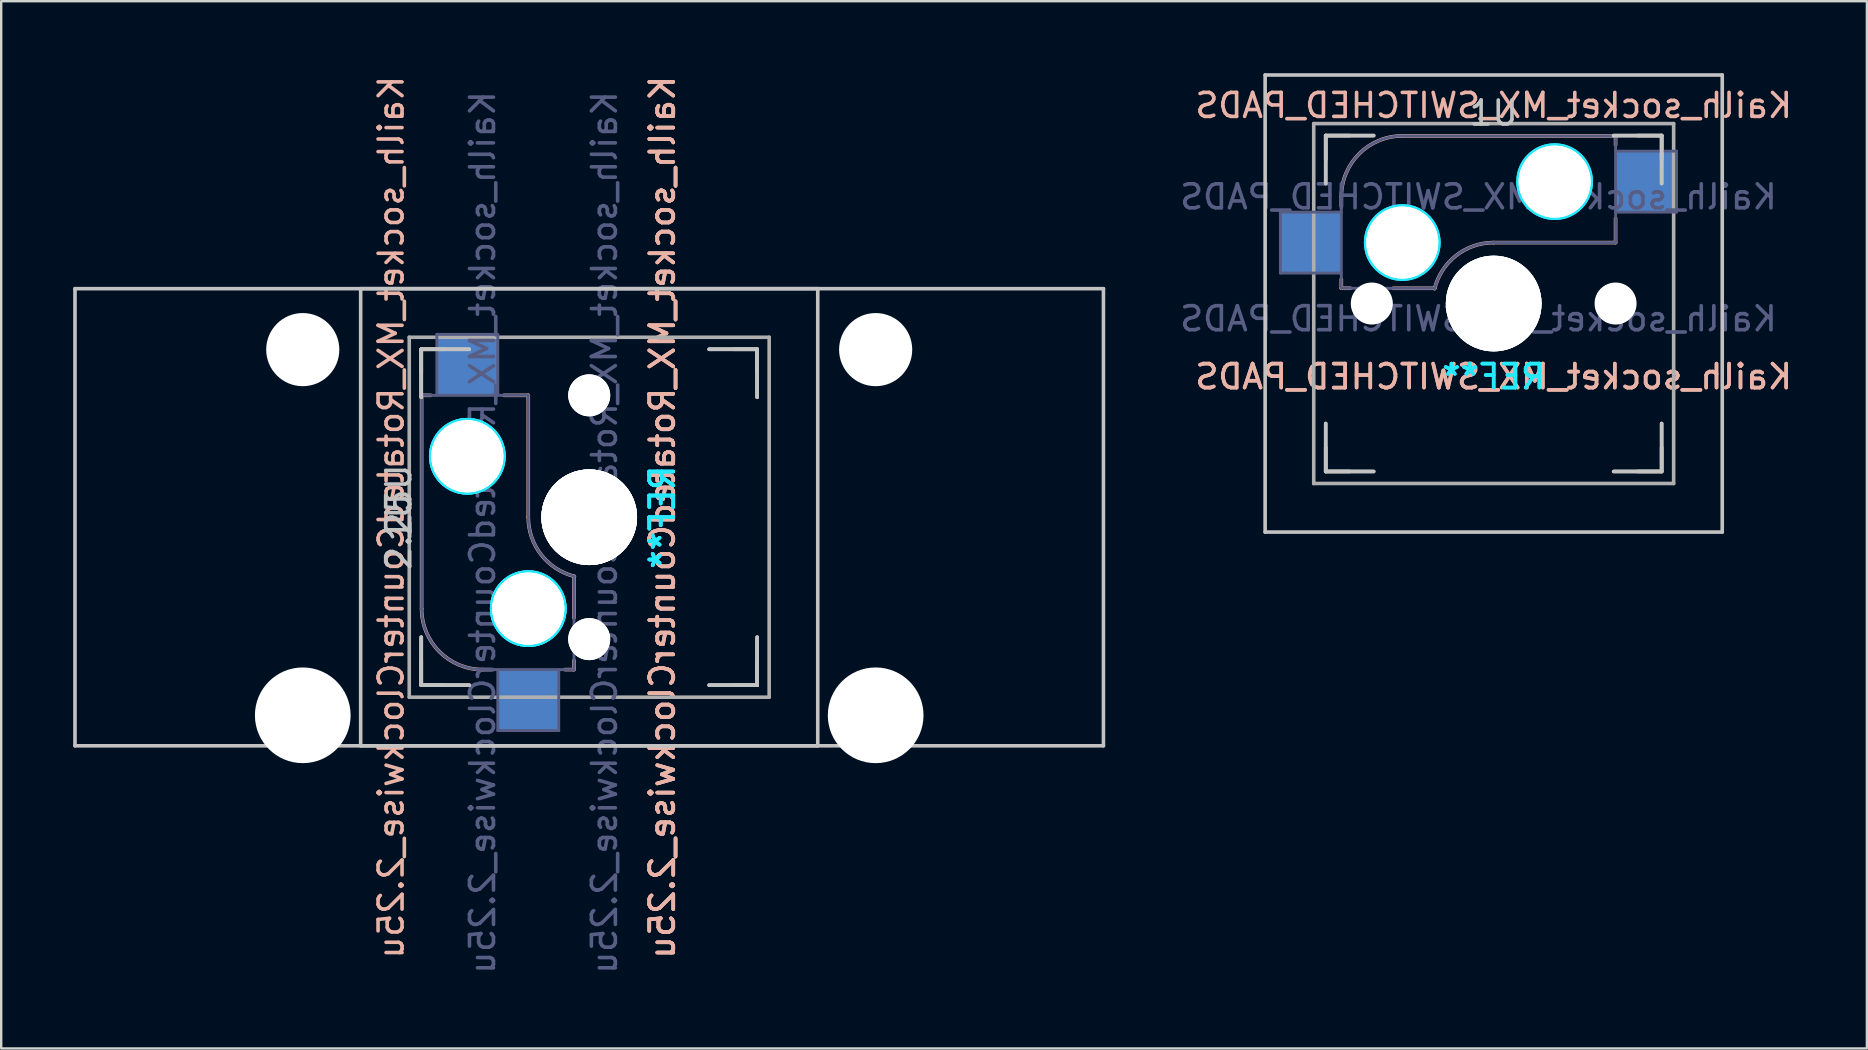
<source format=kicad_pcb>
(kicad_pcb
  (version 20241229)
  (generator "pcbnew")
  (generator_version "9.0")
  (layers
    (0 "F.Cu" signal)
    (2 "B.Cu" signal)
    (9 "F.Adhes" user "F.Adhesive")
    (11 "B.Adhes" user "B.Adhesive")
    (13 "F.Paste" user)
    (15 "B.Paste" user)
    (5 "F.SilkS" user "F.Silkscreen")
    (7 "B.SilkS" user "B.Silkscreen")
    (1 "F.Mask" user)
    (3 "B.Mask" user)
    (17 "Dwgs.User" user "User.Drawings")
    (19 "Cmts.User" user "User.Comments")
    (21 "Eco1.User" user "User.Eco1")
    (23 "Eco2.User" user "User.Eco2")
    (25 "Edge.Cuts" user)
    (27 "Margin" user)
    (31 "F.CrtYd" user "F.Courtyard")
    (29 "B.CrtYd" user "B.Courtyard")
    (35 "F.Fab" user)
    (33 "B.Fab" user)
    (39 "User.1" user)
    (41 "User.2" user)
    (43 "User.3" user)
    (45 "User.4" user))
  (footprint "Kailh_socket_MX_SWITCHED_PADS"
    (layer "F.Cu")
    (at 59.201 9.6)
    (property "Reference" "Kailh_socket_MX_SWITCHED_PADS" (at 0 -8.255 0) (layer "B.SilkS") (effects (font (size 1 1) (thickness 0.15)) (justify mirror)))
    (property "Value" "Kailh_socket_MX_SWITCHED_PADS" (at 0 8.255 0) (layer "F.Fab") (hide yes) (effects (font (size 1 1) (thickness 0.15))))
    (attr smd)
    (fp_line (start -7 -6) (end -7 -7) (stroke (width 0.15) (type solid)) (layer "F.SilkS"))
    (fp_line (start -7 7) (end -7 6) (stroke (width 0.15) (type solid)) (layer "F.SilkS"))
    (fp_line (start -7 7) (end -6 7) (stroke (width 0.15) (type solid)) (layer "F.SilkS"))
    (fp_line (start -6 -7) (end -7 -7) (stroke (width 0.15) (type solid)) (layer "F.SilkS"))
    (fp_line (start 6 7) (end 7 7) (stroke (width 0.15) (type solid)) (layer "F.SilkS"))
    (fp_line (start 7 -7) (end 6 -7) (stroke (width 0.15) (type solid)) (layer "F.SilkS"))
    (fp_line (start 7 -7) (end 7 -6) (stroke (width 0.15) (type solid)) (layer "F.SilkS"))
    (fp_line (start 7 6) (end 7 7) (stroke (width 0.15) (type solid)) (layer "F.SilkS"))
    (fp_line (start -6.35 -4.445) (end -6.35 -4.064) (stroke (width 0.15) (type solid)) (layer "B.SilkS"))
    (fp_line (start -6.35 -1.016) (end -6.35 -0.635) (stroke (width 0.15) (type solid)) (layer "B.SilkS"))
    (fp_line (start -5.969 -0.635) (end -6.35 -0.635) (stroke (width 0.15) (type solid)) (layer "B.SilkS"))
    (fp_line (start -3.81 -6.985) (end 5.08 -6.985) (stroke (width 0.15) (type solid)) (layer "B.SilkS"))
    (fp_line (start -2.464 -0.635) (end -4.191 -0.635) (stroke (width 0.15) (type solid)) (layer "B.SilkS"))
    (fp_line (start 5.08 -6.985) (end 5.08 -6.604) (stroke (width 0.15) (type solid)) (layer "B.SilkS"))
    (fp_line (start 5.08 -3.556) (end 5.08 -2.54) (stroke (width 0.15) (type solid)) (layer "B.SilkS"))
    (fp_line (start 5.08 -2.54) (end 0 -2.54) (stroke (width 0.15) (type solid)) (layer "B.SilkS"))
    (fp_arc (start -6.35 -4.445) (mid -5.606051 -6.241051) (end -3.81 -6.985) (stroke (width 0.15) (type solid)) (layer "B.SilkS"))
    (fp_arc (start -2.464162 -0.61604) (mid -1.563147 -2.002042) (end 0 -2.54) (stroke (width 0.15) (type solid)) (layer "B.SilkS"))
    (fp_line (start -9.525 -9.525) (end 9.525 -9.525) (stroke (width 0.15) (type solid)) (layer "Dwgs.User"))
    (fp_line (start -9.525 9.525) (end -9.525 -9.525) (stroke (width 0.15) (type solid)) (layer "Dwgs.User"))
    (fp_line (start -7 -7) (end -7 -5) (stroke (width 0.15) (type solid)) (layer "Dwgs.User"))
    (fp_line (start -7 -7) (end -7 -5) (stroke (width 0.15) (type solid)) (layer "Dwgs.User"))
    (fp_line (start -7 5) (end -7 7) (stroke (width 0.15) (type solid)) (layer "Dwgs.User"))
    (fp_line (start -7 5) (end -7 7) (stroke (width 0.15) (type solid)) (layer "Dwgs.User"))
    (fp_line (start -7 7) (end -5 7) (stroke (width 0.15) (type solid)) (layer "Dwgs.User"))
    (fp_line (start -7 7) (end -5 7) (stroke (width 0.15) (type solid)) (layer "Dwgs.User"))
    (fp_line (start -5 -7) (end -7 -7) (stroke (width 0.15) (type solid)) (layer "Dwgs.User"))
    (fp_line (start -5 -7) (end -7 -7) (stroke (width 0.15) (type solid)) (layer "Dwgs.User"))
    (fp_line (start 5 -7) (end 7 -7) (stroke (width 0.15) (type solid)) (layer "Dwgs.User"))
    (fp_line (start 5 -7) (end 7 -7) (stroke (width 0.15) (type solid)) (layer "Dwgs.User"))
    (fp_line (start 5 7) (end 7 7) (stroke (width 0.15) (type solid)) (layer "Dwgs.User"))
    (fp_line (start 5 7) (end 7 7) (stroke (width 0.15) (type solid)) (layer "Dwgs.User"))
    (fp_line (start 7 -7) (end 7 -5) (stroke (width 0.15) (type solid)) (layer "Dwgs.User"))
    (fp_line (start 7 -7) (end 7 -5) (stroke (width 0.15) (type solid)) (layer "Dwgs.User"))
    (fp_line (start 7 7) (end 7 5) (stroke (width 0.15) (type solid)) (layer "Dwgs.User"))
    (fp_line (start 7 7) (end 7 5) (stroke (width 0.15) (type solid)) (layer "Dwgs.User"))
    (fp_line (start 9.525 -9.525) (end 9.525 9.525) (stroke (width 0.15) (type solid)) (layer "Dwgs.User"))
    (fp_line (start 9.525 9.525) (end -9.525 9.525) (stroke (width 0.15) (type solid)) (layer "Dwgs.User"))
    (fp_line (start -6.9 6.9) (end -6.9 -6.9) (stroke (width 0.15) (type solid)) (layer "Eco2.User"))
    (fp_line (start -6.9 6.9) (end 6.9 6.9) (stroke (width 0.15) (type solid)) (layer "Eco2.User"))
    (fp_line (start 6.9 -6.9) (end -6.9 -6.9) (stroke (width 0.15) (type solid)) (layer "Eco2.User"))
    (fp_line (start 6.9 -6.9) (end 6.9 6.9) (stroke (width 0.15) (type solid)) (layer "Eco2.User"))
    (fp_circle (center -3.81 -2.54) (end -3.81 -4.064) (stroke (width 0.15) (type solid)) (fill no) (layer "B.CrtYd"))
    (fp_circle (center -3.81 -2.54) (end -3.81 -4.064) (stroke (width 0.15) (type solid)) (fill no) (layer "B.CrtYd"))
    (fp_circle (center 2.54 -5.08) (end 2.54 -6.604) (stroke (width 0.15) (type solid)) (fill no) (layer "B.CrtYd"))
    (fp_circle (center 2.54 -5.08) (end 2.54 -6.604) (stroke (width 0.15) (type solid)) (fill no) (layer "B.CrtYd"))
    (fp_line (start -8.89 -3.81) (end -6.35 -3.81) (stroke (width 0.12) (type solid)) (layer "B.Fab"))
    (fp_line (start -8.89 -1.27) (end -8.89 -3.81) (stroke (width 0.12) (type solid)) (layer "B.Fab"))
    (fp_line (start -6.35 -1.27) (end -8.89 -1.27) (stroke (width 0.12) (type solid)) (layer "B.Fab"))
    (fp_line (start -6.35 -0.635) (end -6.35 -4.445) (stroke (width 0.12) (type solid)) (layer "B.Fab"))
    (fp_line (start -6.35 -0.635) (end -2.54 -0.635) (stroke (width 0.12) (type solid)) (layer "B.Fab"))
    (fp_line (start -3.81 -6.985) (end 5.08 -6.985) (stroke (width 0.12) (type solid)) (layer "B.Fab"))
    (fp_line (start 5.08 -6.985) (end 5.08 -2.54) (stroke (width 0.12) (type solid)) (layer "B.Fab"))
    (fp_line (start 5.08 -6.35) (end 7.62 -6.35) (stroke (width 0.12) (type solid)) (layer "B.Fab"))
    (fp_line (start 5.08 -2.54) (end 0 -2.54) (stroke (width 0.12) (type solid)) (layer "B.Fab"))
    (fp_line (start 7.62 -6.35) (end 7.62 -3.81) (stroke (width 0.12) (type solid)) (layer "B.Fab"))
    (fp_line (start 7.62 -3.81) (end 5.08 -3.81) (stroke (width 0.12) (type solid)) (layer "B.Fab"))
    (fp_arc (start -6.35 -4.445) (mid -5.606051 -6.241051) (end -3.81 -6.985) (stroke (width 0.12) (type solid)) (layer "B.Fab"))
    (fp_arc (start -2.464162 -0.61604) (mid -1.563147 -2.002042) (end 0 -2.54) (stroke (width 0.12) (type solid)) (layer "B.Fab"))
    (fp_line (start -7.5 -7.5) (end 7.5 -7.5) (stroke (width 0.15) (type solid)) (layer "F.Fab"))
    (fp_line (start -7.5 7.5) (end -7.5 -7.5) (stroke (width 0.15) (type solid)) (layer "F.Fab"))
    (fp_line (start 7.5 -7.5) (end 7.5 7.5) (stroke (width 0.15) (type solid)) (layer "F.Fab"))
    (fp_line (start 7.5 7.5) (end -7.5 7.5) (stroke (width 0.15) (type solid)) (layer "F.Fab"))
    (fp_text user "${REFERENCE}" (at 0 3.048 0) (layer "B.SilkS") (effects (font (size 1 1) (thickness 0.15)) (justify mirror)))
    (fp_text user "${REFERENCE}" (at 0 3.048 0) (layer "B.SilkS") (effects (font (size 1 1) (thickness 0.15)) (justify mirror)))
    (fp_text user "1U" (at 0 -7.938 0) (layer "Dwgs.User") (effects (font (size 1 1) (thickness 0.15))))
    (fp_text user "REF**" (at 0 3.048 0) (layer "B.CrtYd") (effects (font (size 1 1) (thickness 0.15)) (justify mirror)))
    (fp_text user "REF**" (at 0 3.048 0) (layer "B.CrtYd") (effects (font (size 1 1) (thickness 0.15)) (justify mirror)))
    (fp_text user "${REFERENCE}" (at -0.635 -4.445 0) (layer "B.Fab") (effects (font (size 1 1) (thickness 0.15)) (justify mirror)))
    (fp_text user "${VALUE}" (at -0.635 0.635 0) (layer "B.Fab") (effects (font (size 1 1) (thickness 0.15)) (justify mirror)))
    (pad "" np_thru_hole circle (at -5.08 0) (size 1.702 1.702) (drill 1.702) (layers "*.Cu" "*.Mask"))
    (pad "" np_thru_hole circle (at -5.08 0 48.1) (size 1.75 1.75) (drill 1.75) (layers "*.Cu" "*.Mask"))
    (pad "" np_thru_hole circle (at -3.81 -2.54) (size 3 3) (drill 3) (layers "*.Cu" "*.Mask"))
    (pad "" np_thru_hole circle (at -3.81 -2.54) (size 3 3) (drill 3) (layers "*.Cu" "*.Mask"))
    (pad "" np_thru_hole circle (at 0 0) (size 3.988 3.988) (drill 3.988) (layers "*.Cu" "*.Mask"))
    (pad "" np_thru_hole circle (at 0 0) (size 3.988 3.988) (drill 3.988) (layers "*.Cu" "*.Mask"))
    (pad "" np_thru_hole circle (at 0 0) (size 3.988 3.988) (drill 3.988) (layers "*.Cu" "*.Mask"))
    (pad "" np_thru_hole circle (at 2.54 -5.08) (size 3 3) (drill 3) (layers "*.Cu" "*.Mask"))
    (pad "" np_thru_hole circle (at 2.54 -5.08) (size 3 3) (drill 3) (layers "*.Cu" "*.Mask"))
    (pad "" np_thru_hole circle (at 5.08 0) (size 1.702 1.702) (drill 1.702) (layers "*.Cu" "*.Mask"))
    (pad "" np_thru_hole circle (at 5.08 0 48.1) (size 1.75 1.75) (drill 1.75) (layers "*.Cu" "*.Mask"))
    (pad "1" smd rect (at -7.62 -2.54) (size 2.55 2.5) (layers "B.Cu" "B.Mask" "B.Paste"))
    (pad "2" smd rect (at 6.35 -5.08) (size 2.55 2.5) (layers "B.Cu" "B.Mask" "B.Paste")))
  (footprint "Kailh_socket_MX_RotatedCounterClockwise_2.25u"
    (layer "F.Cu")
    (at 16.934 17.998)
    (property "Reference" "Kailh_socket_MX_RotatedCounterClockwise_2.25u" (at -3.683 0.508 90) (layer "B.SilkS") (effects (font (size 1 1) (thickness 0.15)) (justify mirror)))
    (property "Value" "Kailh_socket_MX_RotatedCounterClockwise_2.25u" (at 12.827 0.508 90) (layer "F.Fab") (hide yes) (effects (font (size 1 1) (thickness 0.15))))
    (attr smd)
    (fp_line (start -2.428 -6.492) (end -2.428 -5.492) (stroke (width 0.15) (type solid)) (layer "F.SilkS"))
    (fp_line (start -2.428 -6.492) (end -1.428 -6.492) (stroke (width 0.15) (type solid)) (layer "F.SilkS"))
    (fp_line (start -2.428 6.508) (end -2.428 7.508) (stroke (width 0.15) (type solid)) (layer "F.SilkS"))
    (fp_line (start -1.428 7.508) (end -2.428 7.508) (stroke (width 0.15) (type solid)) (layer "F.SilkS"))
    (fp_line (start 10.572 -6.492) (end 11.572 -6.492) (stroke (width 0.15) (type solid)) (layer "F.SilkS"))
    (fp_line (start 11.572 -5.492) (end 11.572 -6.492) (stroke (width 0.15) (type solid)) (layer "F.SilkS"))
    (fp_line (start 11.572 7.508) (end 10.572 7.508) (stroke (width 0.15) (type solid)) (layer "F.SilkS"))
    (fp_line (start 11.572 7.508) (end 11.572 6.508) (stroke (width 0.15) (type solid)) (layer "F.SilkS"))
    (fp_line (start -2.413 -4.572) (end -2.032 -4.572) (stroke (width 0.15) (type solid)) (layer "B.SilkS"))
    (fp_line (start -2.413 4.318) (end -2.413 -4.572) (stroke (width 0.15) (type solid)) (layer "B.SilkS"))
    (fp_line (start 0.127 6.858) (end 0.508 6.858) (stroke (width 0.15) (type solid)) (layer "B.SilkS"))
    (fp_line (start 1.016 -4.572) (end 2.032 -4.572) (stroke (width 0.15) (type solid)) (layer "B.SilkS"))
    (fp_line (start 2.032 -4.572) (end 2.032 0.508) (stroke (width 0.15) (type solid)) (layer "B.SilkS"))
    (fp_line (start 3.556 6.858) (end 3.937 6.858) (stroke (width 0.15) (type solid)) (layer "B.SilkS"))
    (fp_line (start 3.937 2.972) (end 3.937 4.699) (stroke (width 0.15) (type solid)) (layer "B.SilkS"))
    (fp_line (start 3.937 6.477) (end 3.937 6.858) (stroke (width 0.15) (type solid)) (layer "B.SilkS"))
    (fp_arc (start 0.127 6.858) (mid -1.669051 6.114051) (end -2.413 4.318) (stroke (width 0.15) (type solid)) (layer "B.SilkS"))
    (fp_arc (start 3.95596 2.972162) (mid 2.569958 2.071147) (end 2.032 0.508) (stroke (width 0.15) (type solid)) (layer "B.SilkS"))
    (fp_line (start -16.859 -9.017) (end 26.003 -9.017) (stroke (width 0.15) (type solid)) (layer "Dwgs.User"))
    (fp_line (start -16.859 10.033) (end -16.859 -9.017) (stroke (width 0.15) (type solid)) (layer "Dwgs.User"))
    (fp_line (start -4.953 -9.017) (end 14.097 -9.017) (stroke (width 0.15) (type solid)) (layer "Dwgs.User"))
    (fp_line (start -4.953 10.033) (end -4.953 -9.017) (stroke (width 0.15) (type solid)) (layer "Dwgs.User"))
    (fp_line (start -2.428 -6.492) (end -0.428 -6.492) (stroke (width 0.15) (type solid)) (layer "Dwgs.User"))
    (fp_line (start -2.428 -6.492) (end -0.428 -6.492) (stroke (width 0.15) (type solid)) (layer "Dwgs.User"))
    (fp_line (start -2.428 -6.492) (end -0.428 -6.492) (stroke (width 0.15) (type solid)) (layer "Dwgs.User"))
    (fp_line (start -2.428 -4.492) (end -2.428 -6.492) (stroke (width 0.15) (type solid)) (layer "Dwgs.User"))
    (fp_line (start -2.428 -4.492) (end -2.428 -6.492) (stroke (width 0.15) (type solid)) (layer "Dwgs.User"))
    (fp_line (start -2.428 -4.492) (end -2.428 -6.492) (stroke (width 0.15) (type solid)) (layer "Dwgs.User"))
    (fp_line (start -2.428 5.508) (end -2.428 7.508) (stroke (width 0.15) (type solid)) (layer "Dwgs.User"))
    (fp_line (start -2.428 5.508) (end -2.428 7.508) (stroke (width 0.15) (type solid)) (layer "Dwgs.User"))
    (fp_line (start -2.428 5.508) (end -2.428 7.508) (stroke (width 0.15) (type solid)) (layer "Dwgs.User"))
    (fp_line (start -2.428 7.508) (end -0.428 7.508) (stroke (width 0.15) (type solid)) (layer "Dwgs.User"))
    (fp_line (start -2.428 7.508) (end -0.428 7.508) (stroke (width 0.15) (type solid)) (layer "Dwgs.User"))
    (fp_line (start -2.428 7.508) (end -0.428 7.508) (stroke (width 0.15) (type solid)) (layer "Dwgs.User"))
    (fp_line (start 9.572 7.508) (end 11.572 7.508) (stroke (width 0.15) (type solid)) (layer "Dwgs.User"))
    (fp_line (start 9.572 7.508) (end 11.572 7.508) (stroke (width 0.15) (type solid)) (layer "Dwgs.User"))
    (fp_line (start 9.572 7.508) (end 11.572 7.508) (stroke (width 0.15) (type solid)) (layer "Dwgs.User"))
    (fp_line (start 11.572 -6.492) (end 9.572 -6.492) (stroke (width 0.15) (type solid)) (layer "Dwgs.User"))
    (fp_line (start 11.572 -6.492) (end 9.572 -6.492) (stroke (width 0.15) (type solid)) (layer "Dwgs.User"))
    (fp_line (start 11.572 -6.492) (end 9.572 -6.492) (stroke (width 0.15) (type solid)) (layer "Dwgs.User"))
    (fp_line (start 11.572 -4.492) (end 11.572 -6.492) (stroke (width 0.15) (type solid)) (layer "Dwgs.User"))
    (fp_line (start 11.572 -4.492) (end 11.572 -6.492) (stroke (width 0.15) (type solid)) (layer "Dwgs.User"))
    (fp_line (start 11.572 -4.492) (end 11.572 -6.492) (stroke (width 0.15) (type solid)) (layer "Dwgs.User"))
    (fp_line (start 11.572 7.508) (end 11.572 5.508) (stroke (width 0.15) (type solid)) (layer "Dwgs.User"))
    (fp_line (start 11.572 7.508) (end 11.572 5.508) (stroke (width 0.15) (type solid)) (layer "Dwgs.User"))
    (fp_line (start 11.572 7.508) (end 11.572 5.508) (stroke (width 0.15) (type solid)) (layer "Dwgs.User"))
    (fp_line (start 14.097 -9.017) (end 14.097 10.033) (stroke (width 0.15) (type solid)) (layer "Dwgs.User"))
    (fp_line (start 14.097 10.033) (end -4.953 10.033) (stroke (width 0.15) (type solid)) (layer "Dwgs.User"))
    (fp_line (start 26.003 -9.017) (end 26.003 10.033) (stroke (width 0.15) (type solid)) (layer "Dwgs.User"))
    (fp_line (start 26.003 10.033) (end -16.859 10.033) (stroke (width 0.15) (type solid)) (layer "Dwgs.User"))
    (fp_line (start -2.328 -6.392) (end -2.328 7.408) (stroke (width 0.15) (type solid)) (layer "Eco2.User"))
    (fp_line (start -2.328 -6.392) (end 11.472 -6.392) (stroke (width 0.15) (type solid)) (layer "Eco2.User"))
    (fp_line (start 11.472 7.408) (end -2.328 7.408) (stroke (width 0.15) (type solid)) (layer "Eco2.User"))
    (fp_line (start 11.472 7.408) (end 11.472 -6.392) (stroke (width 0.15) (type solid)) (layer "Eco2.User"))
    (fp_circle (center -0.508 -2.032) (end -2.032 -2.032) (stroke (width 0.15) (type solid)) (fill no) (layer "B.CrtYd"))
    (fp_circle (center -0.508 -2.032) (end -2.032 -2.032) (stroke (width 0.15) (type solid)) (fill no) (layer "B.CrtYd"))
    (fp_circle (center -0.508 -2.032) (end -2.032 -2.032) (stroke (width 0.15) (type solid)) (fill no) (layer "B.CrtYd"))
    (fp_circle (center 2.032 4.318) (end 0.508 4.318) (stroke (width 0.15) (type solid)) (fill no) (layer "B.CrtYd"))
    (fp_circle (center 2.032 4.318) (end 0.508 4.318) (stroke (width 0.15) (type solid)) (fill no) (layer "B.CrtYd"))
    (fp_circle (center 2.032 4.318) (end 0.508 4.318) (stroke (width 0.15) (type solid)) (fill no) (layer "B.CrtYd"))
    (fp_line (start -2.413 -4.572) (end 2.032 -4.572) (stroke (width 0.12) (type solid)) (layer "B.Fab"))
    (fp_line (start -2.413 4.318) (end -2.413 -4.572) (stroke (width 0.12) (type solid)) (layer "B.Fab"))
    (fp_line (start -1.778 -7.112) (end 0.762 -7.112) (stroke (width 0.12) (type solid)) (layer "B.Fab"))
    (fp_line (start -1.778 -4.572) (end -1.778 -7.112) (stroke (width 0.12) (type solid)) (layer "B.Fab"))
    (fp_line (start 0.762 -7.112) (end 0.762 -4.572) (stroke (width 0.12) (type solid)) (layer "B.Fab"))
    (fp_line (start 0.762 9.398) (end 0.762 6.858) (stroke (width 0.12) (type solid)) (layer "B.Fab"))
    (fp_line (start 2.032 -4.572) (end 2.032 0.508) (stroke (width 0.12) (type solid)) (layer "B.Fab"))
    (fp_line (start 3.302 6.858) (end 3.302 9.398) (stroke (width 0.12) (type solid)) (layer "B.Fab"))
    (fp_line (start 3.302 9.398) (end 0.762 9.398) (stroke (width 0.12) (type solid)) (layer "B.Fab"))
    (fp_line (start 3.937 6.858) (end 0.127 6.858) (stroke (width 0.12) (type solid)) (layer "B.Fab"))
    (fp_line (start 3.937 6.858) (end 3.937 3.048) (stroke (width 0.12) (type solid)) (layer "B.Fab"))
    (fp_arc (start 0.127 6.858) (mid -1.669051 6.114051) (end -2.413 4.318) (stroke (width 0.12) (type solid)) (layer "B.Fab"))
    (fp_arc (start 3.95596 2.972162) (mid 2.569958 2.071147) (end 2.032 0.508) (stroke (width 0.12) (type solid)) (layer "B.Fab"))
    (fp_line (start -2.928 -6.992) (end 12.072 -6.992) (stroke (width 0.15) (type solid)) (layer "F.Fab"))
    (fp_line (start -2.928 8.008) (end -2.928 -6.992) (stroke (width 0.15) (type solid)) (layer "F.Fab"))
    (fp_line (start 12.072 -6.992) (end 12.072 8.008) (stroke (width 0.15) (type solid)) (layer "F.Fab"))
    (fp_line (start 12.072 8.008) (end -2.928 8.008) (stroke (width 0.15) (type solid)) (layer "F.Fab"))
    (fp_text user "${REFERENCE}" (at 7.62 0.508 90) (layer "B.SilkS") (effects (font (size 1 1) (thickness 0.15)) (justify mirror)))
    (fp_text user "${REFERENCE}" (at 7.62 0.508 90) (layer "B.SilkS") (effects (font (size 1 1) (thickness 0.15)) (justify mirror)))
    (fp_text user "${REFERENCE}" (at 7.62 0.508 90) (layer "B.SilkS") (effects (font (size 1 1) (thickness 0.15)) (justify mirror)))
    (fp_text user "1U" (at -3.365 0.508 90) (layer "Dwgs.User") (effects (font (size 1 1) (thickness 0.15))))
    (fp_text user "2.25U" (at -3.365 0.508 90) (layer "Dwgs.User") (effects (font (size 1 1) (thickness 0.15))))
    (fp_text user "REF**" (at 7.62 0.508 90) (layer "B.CrtYd") (effects (font (size 1 1) (thickness 0.15)) (justify mirror)))
    (fp_text user "REF**" (at 7.62 0.508 90) (layer "B.CrtYd") (effects (font (size 1 1) (thickness 0.15)) (justify mirror)))
    (fp_text user "REF**" (at 7.62 0.508 90) (layer "B.CrtYd") (effects (font (size 1 1) (thickness 0.15)) (justify mirror)))
    (fp_text user "${VALUE}" (at 5.207 1.143 90) (layer "B.Fab") (effects (font (size 1 1) (thickness 0.15)) (justify mirror)))
    (fp_text user "${REFERENCE}" (at 0.127 1.143 90) (layer "B.Fab") (effects (font (size 1 1) (thickness 0.15)) (justify mirror)))
    (pad "" np_thru_hole circle (at -7.366 -6.477) (size 3.048 3.048) (drill 3.048) (layers "*.Cu" "*.Mask"))
    (pad "" np_thru_hole circle (at -7.366 8.763) (size 3.988 3.988) (drill 3.988) (layers "*.Cu" "*.Mask"))
    (pad "" np_thru_hole circle (at -0.508 -2.032 90) (size 3 3) (drill 3) (layers "*.Cu" "*.Mask"))
    (pad "" np_thru_hole circle (at -0.508 -2.032 90) (size 3 3) (drill 3) (layers "*.Cu" "*.Mask"))
    (pad "" np_thru_hole circle (at -0.508 -2.032 90) (size 3 3) (drill 3) (layers "*.Cu" "*.Mask"))
    (pad "" np_thru_hole circle (at 2.032 4.318 90) (size 3 3) (drill 3) (layers "*.Cu" "*.Mask"))
    (pad "" np_thru_hole circle (at 2.032 4.318 90) (size 3 3) (drill 3) (layers "*.Cu" "*.Mask"))
    (pad "" np_thru_hole circle (at 2.032 4.318 90) (size 3 3) (drill 3) (layers "*.Cu" "*.Mask"))
    (pad "" np_thru_hole circle (at 4.572 -4.572 90) (size 1.702 1.702) (drill 1.702) (layers "*.Cu" "*.Mask"))
    (pad "" np_thru_hole circle (at 4.572 -4.572 138.1) (size 1.75 1.75) (drill 1.75) (layers "*.Cu" "*.Mask"))
    (pad "" np_thru_hole circle (at 4.572 -4.572 138.1) (size 1.75 1.75) (drill 1.75) (layers "*.Cu" "*.Mask"))
    (pad "" np_thru_hole circle (at 4.572 0.508 90) (size 3.988 3.988) (drill 3.988) (layers "*.Cu" "*.Mask"))
    (pad "" np_thru_hole circle (at 4.572 0.508 90) (size 3.988 3.988) (drill 3.988) (layers "*.Cu" "*.Mask"))
    (pad "" np_thru_hole circle (at 4.572 0.508 90) (size 3.988 3.988) (drill 3.988) (layers "*.Cu" "*.Mask"))
    (pad "" np_thru_hole circle (at 4.572 0.508 90) (size 3.988 3.988) (drill 3.988) (layers "*.Cu" "*.Mask"))
    (pad "" np_thru_hole circle (at 4.572 5.588 90) (size 1.702 1.702) (drill 1.702) (layers "*.Cu" "*.Mask"))
    (pad "" np_thru_hole circle (at 4.572 5.588 138.1) (size 1.75 1.75) (drill 1.75) (layers "*.Cu" "*.Mask"))
    (pad "" np_thru_hole circle (at 4.572 5.588 138.1) (size 1.75 1.75) (drill 1.75) (layers "*.Cu" "*.Mask"))
    (pad "" np_thru_hole circle (at 16.51 -6.477) (size 3.048 3.048) (drill 3.048) (layers "*.Cu" "*.Mask"))
    (pad "" np_thru_hole circle (at 16.51 8.763) (size 3.988 3.988) (drill 3.988) (layers "*.Cu" "*.Mask"))
    (pad "1" smd rect (at 2.032 8.128 90) (size 2.55 2.5) (layers "B.Cu" "B.Mask" "B.Paste"))
    (pad "2" smd rect (at -0.508 -5.842 90) (size 2.55 2.5) (layers "B.Cu" "B.Mask" "B.Paste")))
  (gr_rect
    (start -3 -3)
    (end 74.755 40.647)
    (stroke (width 0.1) (type default))
    (fill no)
    (layer "Edge.Cuts")))
</source>
